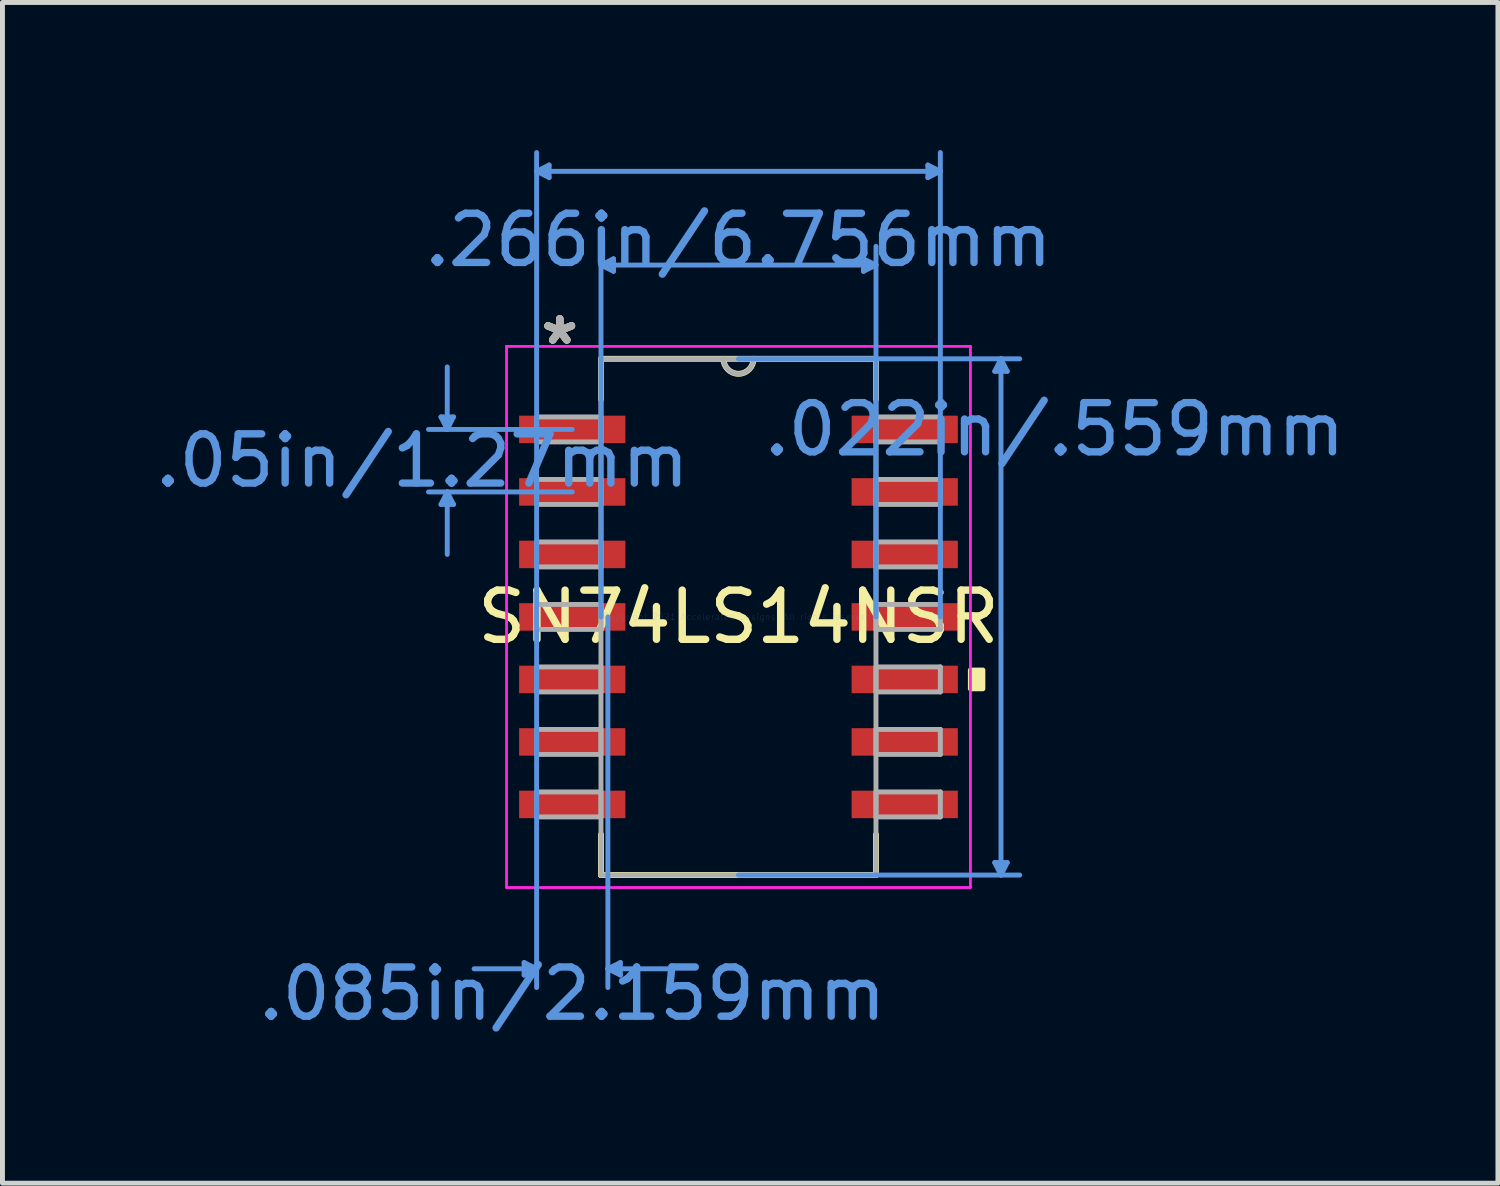
<source format=kicad_pcb>
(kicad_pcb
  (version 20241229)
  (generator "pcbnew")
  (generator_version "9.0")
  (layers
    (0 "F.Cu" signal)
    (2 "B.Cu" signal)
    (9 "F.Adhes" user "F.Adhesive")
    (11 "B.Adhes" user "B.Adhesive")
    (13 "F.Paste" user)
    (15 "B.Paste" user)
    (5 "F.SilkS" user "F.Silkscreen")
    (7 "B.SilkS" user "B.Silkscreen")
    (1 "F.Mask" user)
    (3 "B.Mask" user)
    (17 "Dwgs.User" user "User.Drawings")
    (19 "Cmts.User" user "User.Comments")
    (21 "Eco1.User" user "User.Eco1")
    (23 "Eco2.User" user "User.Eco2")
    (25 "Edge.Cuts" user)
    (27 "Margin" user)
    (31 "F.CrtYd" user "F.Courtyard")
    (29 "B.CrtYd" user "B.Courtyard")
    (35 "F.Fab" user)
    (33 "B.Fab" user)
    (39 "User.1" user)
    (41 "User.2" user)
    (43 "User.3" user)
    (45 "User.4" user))
  (footprint "SN74LS14NSR"
    (layer "F.Cu")
    (at 11.956 9.486)
    (property "Reference" "SN74LS14NSR" (at 0 0 0) (layer "F.SilkS") (effects (font (size 1 1) (thickness 0.15))))
    (attr through_hole)
    (fp_line (start -2.794 -5.245) (end -2.794 -4.422) (stroke (width 0.12) (type solid)) (layer "F.SilkS"))
    (fp_line (start -2.794 4.422) (end -2.794 5.245) (stroke (width 0.12) (type solid)) (layer "F.SilkS"))
    (fp_line (start -2.794 5.245) (end 2.794 5.245) (stroke (width 0.12) (type solid)) (layer "F.SilkS"))
    (fp_line (start 2.794 -5.245) (end -2.794 -5.245) (stroke (width 0.12) (type solid)) (layer "F.SilkS"))
    (fp_line (start 2.794 -4.422) (end 2.794 -5.245) (stroke (width 0.12) (type solid)) (layer "F.SilkS"))
    (fp_line (start 2.794 5.245) (end 2.794 4.422) (stroke (width 0.12) (type solid)) (layer "F.SilkS"))
    (fp_arc (start 0.3048 -5.2451) (mid 0 -4.9403) (end -0.3048 -5.2451) (stroke (width 0.12) (type solid)) (layer "F.SilkS"))
    (fp_poly (pts (xy 4.966 1.079) (xy 4.966 1.46) (xy 4.712 1.46) (xy 4.712 1.079)) (stroke (width 0.1) (type solid)) (fill yes) (layer "F.SilkS"))
    (fp_line (start -6.045 -4.064) (end -5.791 -4.064) (stroke (width 0.1) (type solid)) (layer "Cmts.User"))
    (fp_line (start -6.045 -2.286) (end -5.791 -2.286) (stroke (width 0.1) (type solid)) (layer "Cmts.User"))
    (fp_line (start -5.918 -3.81) (end -6.045 -4.064) (stroke (width 0.1) (type solid)) (layer "Cmts.User"))
    (fp_line (start -5.918 -3.81) (end -5.918 -5.08) (stroke (width 0.1) (type solid)) (layer "Cmts.User"))
    (fp_line (start -5.918 -3.81) (end -5.791 -4.064) (stroke (width 0.1) (type solid)) (layer "Cmts.User"))
    (fp_line (start -5.918 -2.54) (end -6.045 -2.286) (stroke (width 0.1) (type solid)) (layer "Cmts.User"))
    (fp_line (start -5.918 -2.54) (end -5.918 -1.27) (stroke (width 0.1) (type solid)) (layer "Cmts.User"))
    (fp_line (start -5.918 -2.54) (end -5.791 -2.286) (stroke (width 0.1) (type solid)) (layer "Cmts.User"))
    (fp_line (start -4.356 7.023) (end -4.356 7.277) (stroke (width 0.1) (type solid)) (layer "Cmts.User"))
    (fp_line (start -4.102 -9.055) (end -3.848 -9.182) (stroke (width 0.1) (type solid)) (layer "Cmts.User"))
    (fp_line (start -4.102 -9.055) (end -3.848 -8.928) (stroke (width 0.1) (type solid)) (layer "Cmts.User"))
    (fp_line (start -4.102 -9.055) (end 4.102 -9.055) (stroke (width 0.1) (type solid)) (layer "Cmts.User"))
    (fp_line (start -4.102 0) (end -4.102 -9.436) (stroke (width 0.1) (type solid)) (layer "Cmts.User"))
    (fp_line (start -4.102 0) (end -4.102 7.531) (stroke (width 0.1) (type solid)) (layer "Cmts.User"))
    (fp_line (start -4.102 7.15) (end -5.372 7.15) (stroke (width 0.1) (type solid)) (layer "Cmts.User"))
    (fp_line (start -4.102 7.15) (end -4.356 7.023) (stroke (width 0.1) (type solid)) (layer "Cmts.User"))
    (fp_line (start -4.102 7.15) (end -4.356 7.277) (stroke (width 0.1) (type solid)) (layer "Cmts.User"))
    (fp_line (start -3.848 -9.182) (end -3.848 -8.928) (stroke (width 0.1) (type solid)) (layer "Cmts.User"))
    (fp_line (start -3.378 -3.81) (end -6.299 -3.81) (stroke (width 0.1) (type solid)) (layer "Cmts.User"))
    (fp_line (start -3.378 -2.54) (end -6.299 -2.54) (stroke (width 0.1) (type solid)) (layer "Cmts.User"))
    (fp_line (start -2.794 -7.15) (end -2.54 -7.277) (stroke (width 0.1) (type solid)) (layer "Cmts.User"))
    (fp_line (start -2.794 -7.15) (end -2.54 -7.023) (stroke (width 0.1) (type solid)) (layer "Cmts.User"))
    (fp_line (start -2.794 -7.15) (end 2.794 -7.15) (stroke (width 0.1) (type solid)) (layer "Cmts.User"))
    (fp_line (start -2.794 0) (end -2.794 -7.531) (stroke (width 0.1) (type solid)) (layer "Cmts.User"))
    (fp_line (start -2.654 0) (end -2.654 7.531) (stroke (width 0.1) (type solid)) (layer "Cmts.User"))
    (fp_line (start -2.654 7.15) (end -2.4 7.023) (stroke (width 0.1) (type solid)) (layer "Cmts.User"))
    (fp_line (start -2.654 7.15) (end -2.4 7.277) (stroke (width 0.1) (type solid)) (layer "Cmts.User"))
    (fp_line (start -2.654 7.15) (end -1.384 7.15) (stroke (width 0.1) (type solid)) (layer "Cmts.User"))
    (fp_line (start -2.54 -7.277) (end -2.54 -7.023) (stroke (width 0.1) (type solid)) (layer "Cmts.User"))
    (fp_line (start -2.4 7.023) (end -2.4 7.277) (stroke (width 0.1) (type solid)) (layer "Cmts.User"))
    (fp_line (start 0 -5.245) (end 5.715 -5.245) (stroke (width 0.1) (type solid)) (layer "Cmts.User"))
    (fp_line (start 0 5.245) (end 5.715 5.245) (stroke (width 0.1) (type solid)) (layer "Cmts.User"))
    (fp_line (start 2.54 -7.277) (end 2.54 -7.023) (stroke (width 0.1) (type solid)) (layer "Cmts.User"))
    (fp_line (start 2.794 -7.15) (end 2.54 -7.277) (stroke (width 0.1) (type solid)) (layer "Cmts.User"))
    (fp_line (start 2.794 -7.15) (end 2.54 -7.023) (stroke (width 0.1) (type solid)) (layer "Cmts.User"))
    (fp_line (start 2.794 0) (end 2.794 -7.531) (stroke (width 0.1) (type solid)) (layer "Cmts.User"))
    (fp_line (start 3.848 -9.182) (end 3.848 -8.928) (stroke (width 0.1) (type solid)) (layer "Cmts.User"))
    (fp_line (start 4.102 -9.055) (end 3.848 -9.182) (stroke (width 0.1) (type solid)) (layer "Cmts.User"))
    (fp_line (start 4.102 -9.055) (end 3.848 -8.928) (stroke (width 0.1) (type solid)) (layer "Cmts.User"))
    (fp_line (start 4.102 0) (end 4.102 -9.436) (stroke (width 0.1) (type solid)) (layer "Cmts.User"))
    (fp_line (start 5.207 -4.991) (end 5.461 -4.991) (stroke (width 0.1) (type solid)) (layer "Cmts.User"))
    (fp_line (start 5.207 4.991) (end 5.461 4.991) (stroke (width 0.1) (type solid)) (layer "Cmts.User"))
    (fp_line (start 5.334 -5.245) (end 5.207 -4.991) (stroke (width 0.1) (type solid)) (layer "Cmts.User"))
    (fp_line (start 5.334 -5.245) (end 5.334 5.245) (stroke (width 0.1) (type solid)) (layer "Cmts.User"))
    (fp_line (start 5.334 -5.245) (end 5.461 -4.991) (stroke (width 0.1) (type solid)) (layer "Cmts.User"))
    (fp_line (start 5.334 5.245) (end 5.207 4.991) (stroke (width 0.1) (type solid)) (layer "Cmts.User"))
    (fp_line (start 5.334 5.245) (end 5.461 4.991) (stroke (width 0.1) (type solid)) (layer "Cmts.User"))
    (fp_line (start -4.712 -5.499) (end 4.712 -5.499) (stroke (width 0.05) (type solid)) (layer "F.CrtYd"))
    (fp_line (start -4.712 -5.499) (end 4.712 -5.499) (stroke (width 0.05) (type solid)) (layer "F.CrtYd"))
    (fp_line (start -4.712 5.499) (end -4.712 -5.499) (stroke (width 0.05) (type solid)) (layer "F.CrtYd"))
    (fp_line (start -4.712 5.499) (end -4.712 -5.499) (stroke (width 0.05) (type solid)) (layer "F.CrtYd"))
    (fp_line (start 4.712 -5.499) (end 4.712 5.499) (stroke (width 0.05) (type solid)) (layer "F.CrtYd"))
    (fp_line (start 4.712 -5.499) (end 4.712 5.499) (stroke (width 0.05) (type solid)) (layer "F.CrtYd"))
    (fp_line (start 4.712 5.499) (end -4.712 5.499) (stroke (width 0.05) (type solid)) (layer "F.CrtYd"))
    (fp_line (start 4.712 5.499) (end -4.712 5.499) (stroke (width 0.05) (type solid)) (layer "F.CrtYd"))
    (fp_line (start -4.102 -4.064) (end -4.102 -3.556) (stroke (width 0.1) (type solid)) (layer "F.Fab"))
    (fp_line (start -4.102 -3.556) (end -2.794 -3.556) (stroke (width 0.1) (type solid)) (layer "F.Fab"))
    (fp_line (start -4.102 -2.794) (end -4.102 -2.286) (stroke (width 0.1) (type solid)) (layer "F.Fab"))
    (fp_line (start -4.102 -2.286) (end -2.794 -2.286) (stroke (width 0.1) (type solid)) (layer "F.Fab"))
    (fp_line (start -4.102 -1.524) (end -4.102 -1.016) (stroke (width 0.1) (type solid)) (layer "F.Fab"))
    (fp_line (start -4.102 -1.016) (end -2.794 -1.016) (stroke (width 0.1) (type solid)) (layer "F.Fab"))
    (fp_line (start -4.102 -0.254) (end -4.102 0.254) (stroke (width 0.1) (type solid)) (layer "F.Fab"))
    (fp_line (start -4.102 0.254) (end -2.794 0.254) (stroke (width 0.1) (type solid)) (layer "F.Fab"))
    (fp_line (start -4.102 1.016) (end -4.102 1.524) (stroke (width 0.1) (type solid)) (layer "F.Fab"))
    (fp_line (start -4.102 1.524) (end -2.794 1.524) (stroke (width 0.1) (type solid)) (layer "F.Fab"))
    (fp_line (start -4.102 2.286) (end -4.102 2.794) (stroke (width 0.1) (type solid)) (layer "F.Fab"))
    (fp_line (start -4.102 2.794) (end -2.794 2.794) (stroke (width 0.1) (type solid)) (layer "F.Fab"))
    (fp_line (start -4.102 3.556) (end -4.102 4.064) (stroke (width 0.1) (type solid)) (layer "F.Fab"))
    (fp_line (start -4.102 4.064) (end -2.794 4.064) (stroke (width 0.1) (type solid)) (layer "F.Fab"))
    (fp_line (start -2.794 -5.245) (end -2.794 5.245) (stroke (width 0.1) (type solid)) (layer "F.Fab"))
    (fp_line (start -2.794 -4.064) (end -4.102 -4.064) (stroke (width 0.1) (type solid)) (layer "F.Fab"))
    (fp_line (start -2.794 -3.556) (end -2.794 -4.064) (stroke (width 0.1) (type solid)) (layer "F.Fab"))
    (fp_line (start -2.794 -2.794) (end -4.102 -2.794) (stroke (width 0.1) (type solid)) (layer "F.Fab"))
    (fp_line (start -2.794 -2.286) (end -2.794 -2.794) (stroke (width 0.1) (type solid)) (layer "F.Fab"))
    (fp_line (start -2.794 -1.524) (end -4.102 -1.524) (stroke (width 0.1) (type solid)) (layer "F.Fab"))
    (fp_line (start -2.794 -1.016) (end -2.794 -1.524) (stroke (width 0.1) (type solid)) (layer "F.Fab"))
    (fp_line (start -2.794 -0.254) (end -4.102 -0.254) (stroke (width 0.1) (type solid)) (layer "F.Fab"))
    (fp_line (start -2.794 0.254) (end -2.794 -0.254) (stroke (width 0.1) (type solid)) (layer "F.Fab"))
    (fp_line (start -2.794 1.016) (end -4.102 1.016) (stroke (width 0.1) (type solid)) (layer "F.Fab"))
    (fp_line (start -2.794 1.524) (end -2.794 1.016) (stroke (width 0.1) (type solid)) (layer "F.Fab"))
    (fp_line (start -2.794 2.286) (end -4.102 2.286) (stroke (width 0.1) (type solid)) (layer "F.Fab"))
    (fp_line (start -2.794 2.794) (end -2.794 2.286) (stroke (width 0.1) (type solid)) (layer "F.Fab"))
    (fp_line (start -2.794 3.556) (end -4.102 3.556) (stroke (width 0.1) (type solid)) (layer "F.Fab"))
    (fp_line (start -2.794 4.064) (end -2.794 3.556) (stroke (width 0.1) (type solid)) (layer "F.Fab"))
    (fp_line (start -2.794 5.245) (end 2.794 5.245) (stroke (width 0.1) (type solid)) (layer "F.Fab"))
    (fp_line (start 2.794 -5.245) (end -2.794 -5.245) (stroke (width 0.1) (type solid)) (layer "F.Fab"))
    (fp_line (start 2.794 -4.064) (end 2.794 -3.556) (stroke (width 0.1) (type solid)) (layer "F.Fab"))
    (fp_line (start 2.794 -3.556) (end 4.102 -3.556) (stroke (width 0.1) (type solid)) (layer "F.Fab"))
    (fp_line (start 2.794 -2.794) (end 2.794 -2.286) (stroke (width 0.1) (type solid)) (layer "F.Fab"))
    (fp_line (start 2.794 -2.286) (end 4.102 -2.286) (stroke (width 0.1) (type solid)) (layer "F.Fab"))
    (fp_line (start 2.794 -1.524) (end 2.794 -1.016) (stroke (width 0.1) (type solid)) (layer "F.Fab"))
    (fp_line (start 2.794 -1.016) (end 4.102 -1.016) (stroke (width 0.1) (type solid)) (layer "F.Fab"))
    (fp_line (start 2.794 -0.254) (end 2.794 0.254) (stroke (width 0.1) (type solid)) (layer "F.Fab"))
    (fp_line (start 2.794 0.254) (end 4.102 0.254) (stroke (width 0.1) (type solid)) (layer "F.Fab"))
    (fp_line (start 2.794 1.016) (end 2.794 1.524) (stroke (width 0.1) (type solid)) (layer "F.Fab"))
    (fp_line (start 2.794 1.524) (end 4.102 1.524) (stroke (width 0.1) (type solid)) (layer "F.Fab"))
    (fp_line (start 2.794 2.286) (end 2.794 2.794) (stroke (width 0.1) (type solid)) (layer "F.Fab"))
    (fp_line (start 2.794 2.794) (end 4.102 2.794) (stroke (width 0.1) (type solid)) (layer "F.Fab"))
    (fp_line (start 2.794 3.556) (end 2.794 4.064) (stroke (width 0.1) (type solid)) (layer "F.Fab"))
    (fp_line (start 2.794 4.064) (end 4.102 4.064) (stroke (width 0.1) (type solid)) (layer "F.Fab"))
    (fp_line (start 2.794 5.245) (end 2.794 -5.245) (stroke (width 0.1) (type solid)) (layer "F.Fab"))
    (fp_line (start 4.102 -4.064) (end 2.794 -4.064) (stroke (width 0.1) (type solid)) (layer "F.Fab"))
    (fp_line (start 4.102 -3.556) (end 4.102 -4.064) (stroke (width 0.1) (type solid)) (layer "F.Fab"))
    (fp_line (start 4.102 -2.794) (end 2.794 -2.794) (stroke (width 0.1) (type solid)) (layer "F.Fab"))
    (fp_line (start 4.102 -2.286) (end 4.102 -2.794) (stroke (width 0.1) (type solid)) (layer "F.Fab"))
    (fp_line (start 4.102 -1.524) (end 2.794 -1.524) (stroke (width 0.1) (type solid)) (layer "F.Fab"))
    (fp_line (start 4.102 -1.016) (end 4.102 -1.524) (stroke (width 0.1) (type solid)) (layer "F.Fab"))
    (fp_line (start 4.102 -0.254) (end 2.794 -0.254) (stroke (width 0.1) (type solid)) (layer "F.Fab"))
    (fp_line (start 4.102 0.254) (end 4.102 -0.254) (stroke (width 0.1) (type solid)) (layer "F.Fab"))
    (fp_line (start 4.102 1.016) (end 2.794 1.016) (stroke (width 0.1) (type solid)) (layer "F.Fab"))
    (fp_line (start 4.102 1.524) (end 4.102 1.016) (stroke (width 0.1) (type solid)) (layer "F.Fab"))
    (fp_line (start 4.102 2.286) (end 2.794 2.286) (stroke (width 0.1) (type solid)) (layer "F.Fab"))
    (fp_line (start 4.102 2.794) (end 4.102 2.286) (stroke (width 0.1) (type solid)) (layer "F.Fab"))
    (fp_line (start 4.102 3.556) (end 2.794 3.556) (stroke (width 0.1) (type solid)) (layer "F.Fab"))
    (fp_line (start 4.102 4.064) (end 4.102 3.556) (stroke (width 0.1) (type solid)) (layer "F.Fab"))
    (fp_arc (start 0.3048 -5.2451) (mid 0 -4.9403) (end -0.3048 -5.2451) (stroke (width 0.1) (type solid)) (layer "F.Fab"))
    (fp_text user "*" (at -3.632 -5.512 0) (layer "F.SilkS") (effects (font (size 1 1) (thickness 0.15))))
    (fp_text user "*" (at -3.632 -5.512 0) (layer "F.SilkS") (effects (font (size 1 1) (thickness 0.15))))
    (fp_text user "Copyright 2021 Accelerated Designs. All rights reserved." (at 0 0 0) (layer "Cmts.User") (effects (font (size 0.127 0.127) (thickness 0.002))))
    (fp_text user ".266in/6.756mm" (at 0 -7.658 0) (layer "Cmts.User") (effects (font (size 1 1) (thickness 0.15))))
    (fp_text user ".085in/2.159mm" (at -3.378 7.658 0) (layer "Cmts.User") (effects (font (size 1 1) (thickness 0.15))))
    (fp_text user ".05in/1.27mm" (at -6.426 -3.175 0) (layer "Cmts.User") (effects (font (size 1 1) (thickness 0.15))))
    (fp_text user ".022in/.559mm" (at 6.426 -3.81 0) (layer "Cmts.User") (effects (font (size 1 1) (thickness 0.15))))
    (fp_text user "*" (at -3.632 -5.512 0) (layer "F.Fab") (effects (font (size 1 1) (thickness 0.15))))
    (fp_text user "*" (at -3.632 -5.512 0) (layer "F.Fab") (effects (font (size 1 1) (thickness 0.15))))
    (pad "1" smd rect (at -3.378 -3.81) (size 2.159 0.559) (layers "F.Cu" "F.Mask" "F.Paste"))
    (pad "2" smd rect (at -3.378 -2.54) (size 2.159 0.559) (layers "F.Cu" "F.Mask" "F.Paste"))
    (pad "3" smd rect (at -3.378 -1.27) (size 2.159 0.559) (layers "F.Cu" "F.Mask" "F.Paste"))
    (pad "4" smd rect (at -3.378 0) (size 2.159 0.559) (layers "F.Cu" "F.Mask" "F.Paste"))
    (pad "5" smd rect (at -3.378 1.27) (size 2.159 0.559) (layers "F.Cu" "F.Mask" "F.Paste"))
    (pad "6" smd rect (at -3.378 2.54) (size 2.159 0.559) (layers "F.Cu" "F.Mask" "F.Paste"))
    (pad "7" smd rect (at -3.378 3.81) (size 2.159 0.559) (layers "F.Cu" "F.Mask" "F.Paste"))
    (pad "8" smd rect (at 3.378 3.81) (size 2.159 0.559) (layers "F.Cu" "F.Mask" "F.Paste"))
    (pad "9" smd rect (at 3.378 2.54) (size 2.159 0.559) (layers "F.Cu" "F.Mask" "F.Paste"))
    (pad "10" smd rect (at 3.378 1.27) (size 2.159 0.559) (layers "F.Cu" "F.Mask" "F.Paste"))
    (pad "11" smd rect (at 3.378 0) (size 2.159 0.559) (layers "F.Cu" "F.Mask" "F.Paste"))
    (pad "12" smd rect (at 3.378 -1.27) (size 2.159 0.559) (layers "F.Cu" "F.Mask" "F.Paste"))
    (pad "13" smd rect (at 3.378 -2.54) (size 2.159 0.559) (layers "F.Cu" "F.Mask" "F.Paste"))
    (pad "14" smd rect (at 3.378 -3.81) (size 2.159 0.559) (layers "F.Cu" "F.Mask" "F.Paste")))
  (gr_rect
    (start -3 -3)
    (end 27.388 20.992)
    (stroke (width 0.1) (type default))
    (fill no)
    (layer "Edge.Cuts")))
</source>
